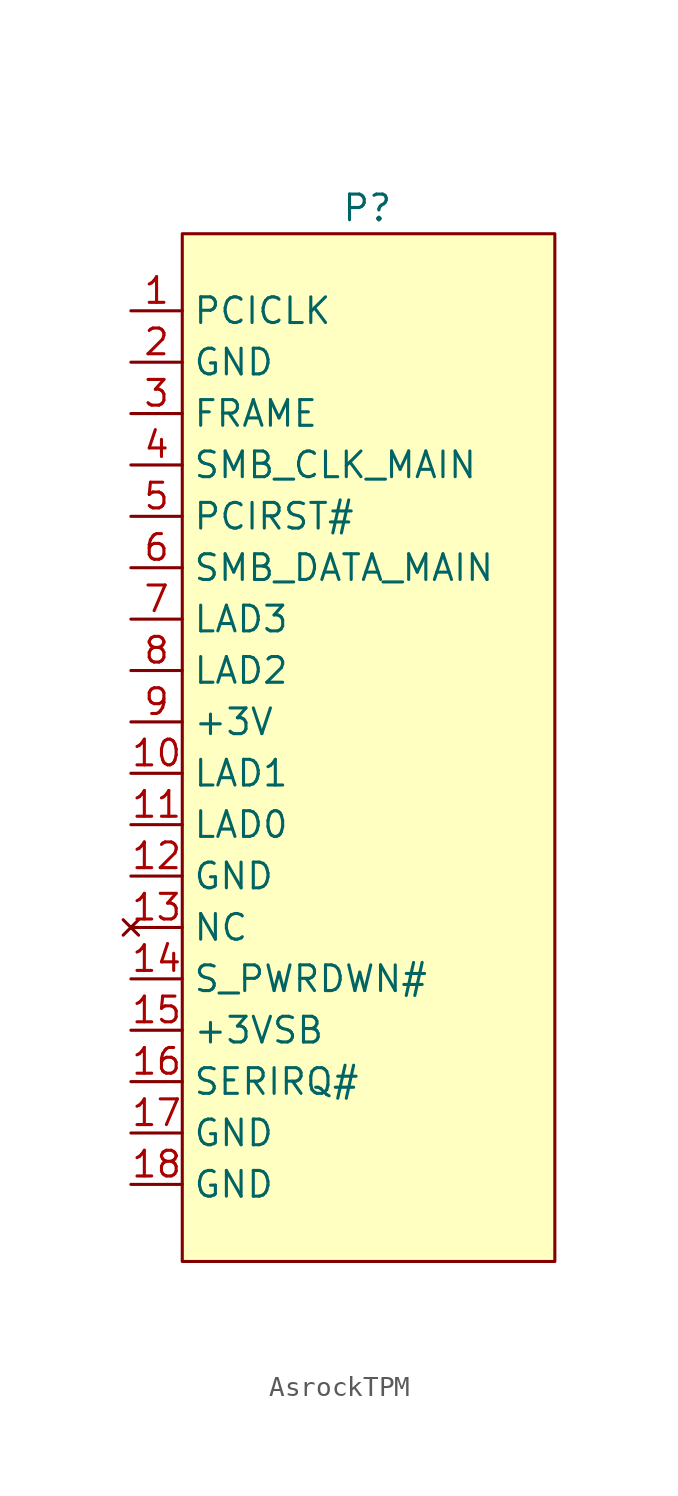
<source format=kicad_sym>
(kicad_symbol_lib
  (version 20231120)
  (generator "kicad_symbol_editor")
  (generator_version "8.0")
  (symbol "AsrockTPM"
    (property "Reference" "P"
      (at 9.144 1.27 0)
      (effects (font (size 1.27 1.27))))
    (property "Value" ""
      (at -2.54 -3.81 0)
      (effects (font (size 1.27 1.27))))
    (symbol "AsrockTPM_0_0"
      (pin output line (at -2.54 -3.81 0) (length 2.54) (name "PCICLK" (effects (font (size 1.27 1.27)))) (number "1" (effects (font (size 1.27 1.27)))))
      (pin tri_state line (at -2.54 -26.67 0) (length 2.54) (name "LAD1" (effects (font (size 1.27 1.27)))) (number "10" (effects (font (size 1.27 1.27)))))
      (pin tri_state line (at -2.54 -29.21 0) (length 2.54) (name "LAD0" (effects (font (size 1.27 1.27)))) (number "11" (effects (font (size 1.27 1.27)))))
      (pin power_in line (at -2.54 -31.75 0) (length 2.54) (name "GND" (effects (font (size 1.27 1.27)))) (number "12" (effects (font (size 1.27 1.27)))))
      (pin no_connect line (at -2.54 -34.29 0) (length 2.54) (name "NC" (effects (font (size 1.27 1.27)))) (number "13" (effects (font (size 1.27 1.27)))))
      (pin output line (at -2.54 -36.83 0) (length 2.54) (name "S_PWRDWN#" (effects (font (size 1.27 1.27)))) (number "14" (effects (font (size 1.27 1.27)))))
      (pin power_out line (at -2.54 -39.37 0) (length 2.54) (name "+3VSB" (effects (font (size 1.27 1.27)))) (number "15" (effects (font (size 1.27 1.27)))))
      (pin output line (at -2.54 -41.91 0) (length 2.54) (name "SERIRQ#" (effects (font (size 1.27 1.27)))) (number "16" (effects (font (size 1.27 1.27)))))
      (pin power_in line (at -2.54 -44.45 0) (length 2.54) (name "GND" (effects (font (size 1.27 1.27)))) (number "17" (effects (font (size 1.27 1.27)))))
      (pin power_in line (at -2.54 -46.99 0) (length 2.54) (name "GND" (effects (font (size 1.27 1.27)))) (number "18" (effects (font (size 1.27 1.27)))))
      (pin power_in line (at -2.54 -6.35 0) (length 2.54) (name "GND" (effects (font (size 1.27 1.27)))) (number "2" (effects (font (size 1.27 1.27)))))
      (pin output line (at -2.54 -8.89 0) (length 2.54) (name "FRAME" (effects (font (size 1.27 1.27)))) (number "3" (effects (font (size 1.27 1.27)))))
      (pin output line (at -2.54 -11.43 0) (length 2.54) (name "SMB_CLK_MAIN" (effects (font (size 1.27 1.27)))) (number "4" (effects (font (size 1.27 1.27)))))
      (pin output line (at -2.54 -13.97 0) (length 2.54) (name "PCIRST#" (effects (font (size 1.27 1.27)))) (number "5" (effects (font (size 1.27 1.27)))))
      (pin output line (at -2.54 -16.51 0) (length 2.54) (name "SMB_DATA_MAIN" (effects (font (size 1.27 1.27)))) (number "6" (effects (font (size 1.27 1.27)))))
      (pin tri_state line (at -2.54 -19.05 0) (length 2.54) (name "LAD3" (effects (font (size 1.27 1.27)))) (number "7" (effects (font (size 1.27 1.27)))))
      (pin tri_state line (at -2.54 -21.59 0) (length 2.54) (name "LAD2" (effects (font (size 1.27 1.27)))) (number "8" (effects (font (size 1.27 1.27)))))
      (pin power_out line (at -2.54 -24.13 0) (length 2.54) (name "+3V" (effects (font (size 1.27 1.27)))) (number "9" (effects (font (size 1.27 1.27))))))
    (symbol "AsrockTPM_1_1"
      (rectangle (start 0 0) (end 18.415 -50.8) (stroke (width 0) (type default)) (fill (type background))))))
</source>
